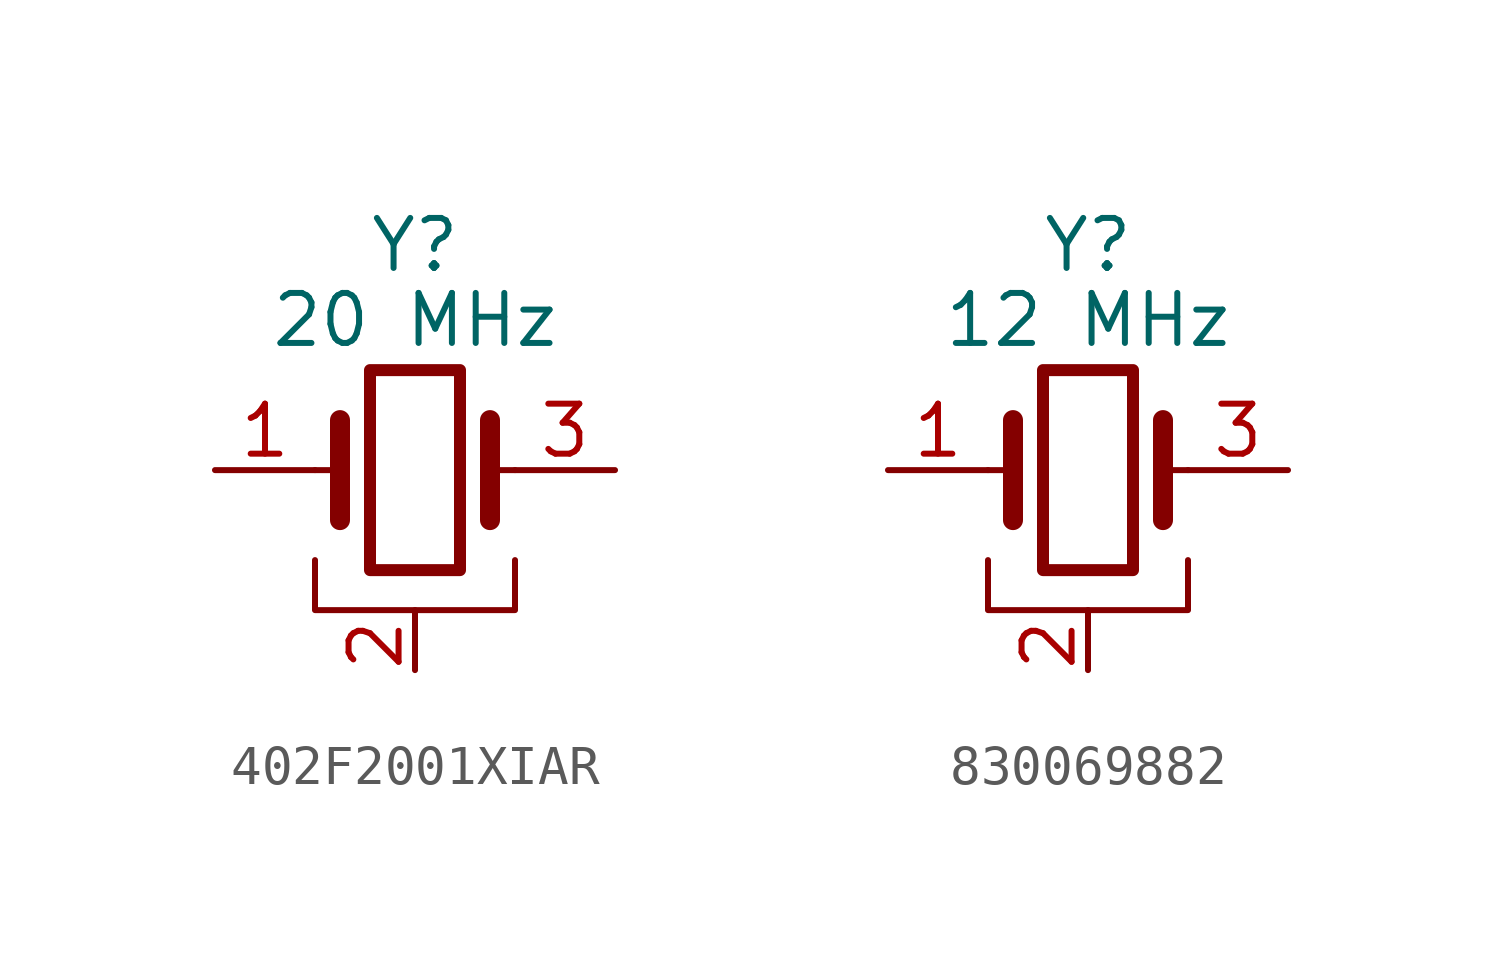
<source format=kicad_sym>
(kicad_symbol_lib
  (version 20241209)
  (generator "kicad_symbol_editor")
  (generator_version "9.0")
  (symbol "402F2001XIAR"
    (pin_names
      (offset 1.016)
      (hide yes))
    (property "Reference" "Y"
      (at 0 5.715 0)
      (effects (font (size 1.27 1.27))))
    (property "Value" "20 MHz"
      (at 0 3.81 0)
      (effects (font (size 1.27 1.27))))
    (symbol "402F2001XIAR_0_1"
      (polyline (pts (xy -2.54 0) (xy -1.905 0)) (stroke (width 0) (type default)) (fill (type none)))
      (polyline (pts (xy -2.54 -2.286) (xy -2.54 -3.556) (xy 2.54 -3.556) (xy 2.54 -2.286)) (stroke (width 0) (type default)) (fill (type none)))
      (polyline (pts (xy -1.905 -1.27) (xy -1.905 1.27)) (stroke (width 0.508) (type default)) (fill (type none)))
      (rectangle (start -1.143 2.54) (end 1.143 -2.54) (stroke (width 0.305) (type default)) (fill (type none)))
      (polyline (pts (xy 0 -3.81) (xy 0 -3.556)) (stroke (width 0) (type default)) (fill (type none)))
      (polyline (pts (xy 1.905 1.27) (xy 1.905 -1.27)) (stroke (width 0.508) (type default)) (fill (type none)))
      (polyline (pts (xy 1.905 0) (xy 2.54 0)) (stroke (width 0) (type default)) (fill (type none))))
    (symbol "402F2001XIAR_1_1"
      (pin passive line (at -5.08 0 0) (length 2.54) (name "1" (effects (font (size 1.27 1.27)))) (number "1" (effects (font (size 1.27 1.27)))))
      (pin passive line (at 0 -5.08 90) (length 1.27) (name "2" (effects (font (size 1.27 1.27)))) (number "2" (effects (font (size 1.27 1.27)))))
      (pin passive line (at 5.08 0 180) (length 2.54) (name "3" (effects (font (size 1.27 1.27)))) (number "3" (effects (font (size 1.27 1.27)))))))
  (symbol "830069882"
    (pin_names
      (offset 1.016)
      (hide yes))
    (property "Reference" "Y"
      (at 0 5.715 0)
      (effects (font (size 1.27 1.27))))
    (property "Value" "12 MHz"
      (at 0 3.81 0)
      (effects (font (size 1.27 1.27))))
    (symbol "830069882_0_1"
      (polyline (pts (xy -2.54 0) (xy -1.905 0)) (stroke (width 0) (type default)) (fill (type none)))
      (polyline (pts (xy -2.54 -2.286) (xy -2.54 -3.556) (xy 2.54 -3.556) (xy 2.54 -2.286)) (stroke (width 0) (type default)) (fill (type none)))
      (polyline (pts (xy -1.905 -1.27) (xy -1.905 1.27)) (stroke (width 0.508) (type default)) (fill (type none)))
      (rectangle (start -1.143 2.54) (end 1.143 -2.54) (stroke (width 0.305) (type default)) (fill (type none)))
      (polyline (pts (xy 0 -3.81) (xy 0 -3.556)) (stroke (width 0) (type default)) (fill (type none)))
      (polyline (pts (xy 1.905 1.27) (xy 1.905 -1.27)) (stroke (width 0.508) (type default)) (fill (type none)))
      (polyline (pts (xy 1.905 0) (xy 2.54 0)) (stroke (width 0) (type default)) (fill (type none))))
    (symbol "830069882_1_1"
      (pin passive line (at -5.08 0 0) (length 2.54) (name "1" (effects (font (size 1.27 1.27)))) (number "1" (effects (font (size 1.27 1.27)))))
      (pin passive line (at 0 -5.08 90) (length 1.27) (name "2" (effects (font (size 1.27 1.27)))) (number "2" (effects (font (size 1.27 1.27)))))
      (pin passive line (at 5.08 0 180) (length 2.54) (name "3" (effects (font (size 1.27 1.27)))) (number "3" (effects (font (size 1.27 1.27))))))))
</source>
